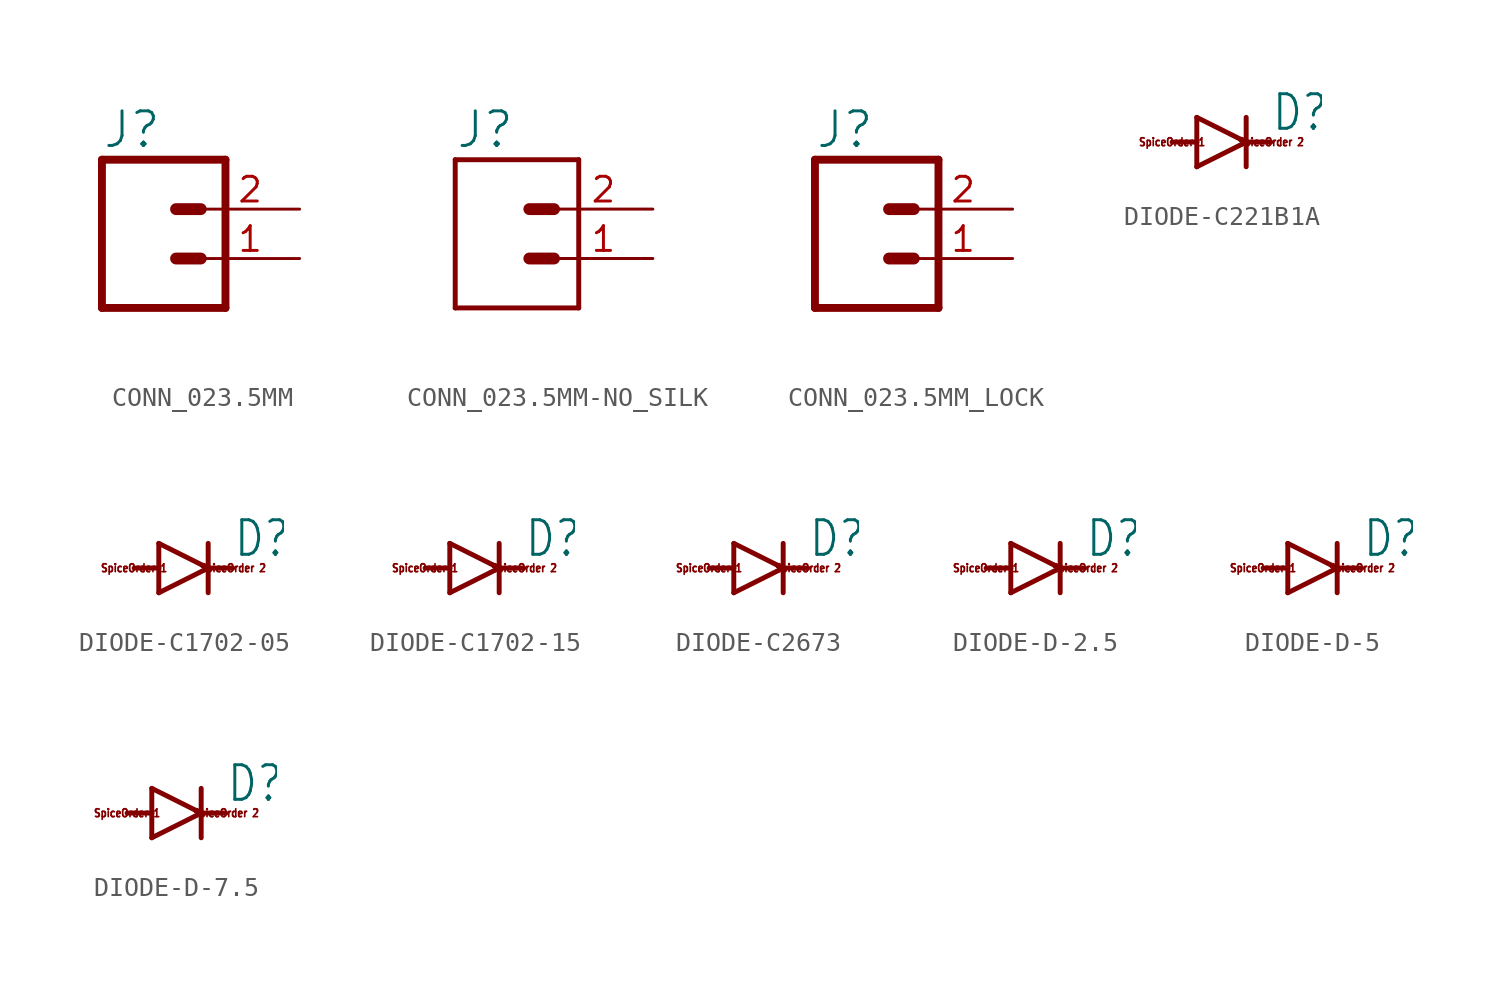
<source format=kicad_sym>
(kicad_symbol_lib
  (version 20220914)
  (generator kicad_symbol_editor)
  (symbol "CONN_023.5MM"
    (property "Reference" "J"
      (at -2.54 5.588 0)
      (effects (font (size 1.778 1.778)) (justify left bottom)))
    (property "Value" ""
      (at -2.54 -4.826 0)
      (effects (font (size 1.778 1.778)) (justify left bottom)))
    (property "ki_locked" ""
      (at 0 0 0)
      (effects (font (size 1.27 1.27))))
    (symbol "CONN_023.5MM_1_0"
      (polyline (pts (xy -2.54 5.08) (xy -2.54 -2.54)) (stroke (width 0.406) (type solid)) (fill (type none)))
      (polyline (pts (xy -2.54 5.08) (xy 3.81 5.08)) (stroke (width 0.406) (type solid)) (fill (type none)))
      (polyline (pts (xy 1.27 0) (xy 2.54 0)) (stroke (width 0.61) (type solid)) (fill (type none)))
      (polyline (pts (xy 1.27 2.54) (xy 2.54 2.54)) (stroke (width 0.61) (type solid)) (fill (type none)))
      (polyline (pts (xy 3.81 -2.54) (xy -2.54 -2.54)) (stroke (width 0.406) (type solid)) (fill (type none)))
      (polyline (pts (xy 3.81 -2.54) (xy 3.81 5.08)) (stroke (width 0.406) (type solid)) (fill (type none)))
      (pin passive line (at 7.62 0 180) (length 5.08) (name "1" (effects (font (size 0 0)))) (number "1" (effects (font (size 1.27 1.27)))))
      (pin passive line (at 7.62 2.54 180) (length 5.08) (name "2" (effects (font (size 0 0)))) (number "2" (effects (font (size 1.27 1.27)))))))
  (symbol "CONN_023.5MM-NO_SILK"
    (property "Reference" "J"
      (at -2.54 5.588 0)
      (effects (font (size 1.778 1.778)) (justify left bottom)))
    (property "Value" ""
      (at -2.54 -4.826 0)
      (effects (font (size 1.778 1.778)) (justify left bottom)))
    (property "ki_locked" ""
      (at 0 0 0)
      (effects (font (size 1.27 1.27))))
    (symbol "CONN_023.5MM-NO_SILK_1_0"
      (polyline (pts (xy -2.54 5.08) (xy -2.54 -2.54)) (stroke (width 0.254) (type solid)) (fill (type none)))
      (polyline (pts (xy -2.54 5.08) (xy 3.81 5.08)) (stroke (width 0.254) (type solid)) (fill (type none)))
      (polyline (pts (xy 1.27 0) (xy 2.54 0)) (stroke (width 0.61) (type solid)) (fill (type none)))
      (polyline (pts (xy 1.27 2.54) (xy 2.54 2.54)) (stroke (width 0.61) (type solid)) (fill (type none)))
      (polyline (pts (xy 3.81 -2.54) (xy -2.54 -2.54)) (stroke (width 0.254) (type solid)) (fill (type none)))
      (polyline (pts (xy 3.81 -2.54) (xy 3.81 5.08)) (stroke (width 0.254) (type solid)) (fill (type none)))
      (pin passive line (at 7.62 0 180) (length 5.08) (name "1" (effects (font (size 0 0)))) (number "1" (effects (font (size 1.27 1.27)))))
      (pin passive line (at 7.62 2.54 180) (length 5.08) (name "2" (effects (font (size 0 0)))) (number "2" (effects (font (size 1.27 1.27)))))))
  (symbol "CONN_023.5MM_LOCK"
    (property "Reference" "J"
      (at -2.54 5.588 0)
      (effects (font (size 1.778 1.778)) (justify left bottom)))
    (property "Value" ""
      (at -2.54 -4.826 0)
      (effects (font (size 1.778 1.778)) (justify left bottom)))
    (property "ki_locked" ""
      (at 0 0 0)
      (effects (font (size 1.27 1.27))))
    (symbol "CONN_023.5MM_LOCK_1_0"
      (polyline (pts (xy -2.54 5.08) (xy -2.54 -2.54)) (stroke (width 0.406) (type solid)) (fill (type none)))
      (polyline (pts (xy -2.54 5.08) (xy 3.81 5.08)) (stroke (width 0.406) (type solid)) (fill (type none)))
      (polyline (pts (xy 1.27 0) (xy 2.54 0)) (stroke (width 0.61) (type solid)) (fill (type none)))
      (polyline (pts (xy 1.27 2.54) (xy 2.54 2.54)) (stroke (width 0.61) (type solid)) (fill (type none)))
      (polyline (pts (xy 3.81 -2.54) (xy -2.54 -2.54)) (stroke (width 0.406) (type solid)) (fill (type none)))
      (polyline (pts (xy 3.81 -2.54) (xy 3.81 5.08)) (stroke (width 0.406) (type solid)) (fill (type none)))
      (pin passive line (at 7.62 0 180) (length 5.08) (name "1" (effects (font (size 0 0)))) (number "1" (effects (font (size 1.27 1.27)))))
      (pin passive line (at 7.62 2.54 180) (length 5.08) (name "2" (effects (font (size 0 0)))) (number "2" (effects (font (size 1.27 1.27)))))))
  (symbol "DIODE-C221B1A"
    (property "Reference" "D"
      (at 2.54 0.483 0)
      (effects (font (size 1.778 1.511)) (justify left bottom)))
    (property "Value" ""
      (at 2.54 -2.311 0)
      (effects (font (size 1.778 1.511)) (justify left bottom)))
    (property "ki_locked" ""
      (at 0 0 0)
      (effects (font (size 1.27 1.27))))
    (symbol "DIODE-C221B1A_1_0"
      (polyline (pts (xy -1.27 -1.27) (xy 1.27 0)) (stroke (width 0.254) (type solid)) (fill (type none)))
      (polyline (pts (xy -1.27 0) (xy -2.54 0)) (stroke (width 0.254) (type solid)) (fill (type none)))
      (polyline (pts (xy -1.27 0) (xy -1.27 -1.27)) (stroke (width 0.254) (type solid)) (fill (type none)))
      (polyline (pts (xy -1.27 1.27) (xy -1.27 0)) (stroke (width 0.254) (type solid)) (fill (type none)))
      (polyline (pts (xy 1.27 0) (xy -1.27 1.27)) (stroke (width 0.254) (type solid)) (fill (type none)))
      (polyline (pts (xy 1.27 0) (xy 1.27 -1.27)) (stroke (width 0.254) (type solid)) (fill (type none)))
      (polyline (pts (xy 1.27 1.27) (xy 1.27 0)) (stroke (width 0.254) (type solid)) (fill (type none)))
      (polyline (pts (xy 2.54 0) (xy 1.27 0)) (stroke (width 0.254) (type solid)) (fill (type none)))
      (text "SpiceOrder 1" (at -2.54 0 0) (effects (font (size 0.406 0.345))))
      (text "SpiceOrder 2" (at 2.54 0 0) (effects (font (size 0.406 0.345))))
      (pin passive line (at -2.54 0 0) (length 0) (name "A" (effects (font (size 0 0)))) (number "A" (effects (font (size 0 0)))))
      (pin passive line (at 2.54 0 180) (length 0) (name "C" (effects (font (size 0 0)))) (number "C" (effects (font (size 0 0)))))))
  (symbol "DIODE-C1702-05"
    (property "Reference" "D"
      (at 2.54 0.483 0)
      (effects (font (size 1.778 1.511)) (justify left bottom)))
    (property "Value" ""
      (at 2.54 -2.311 0)
      (effects (font (size 1.778 1.511)) (justify left bottom)))
    (property "ki_locked" ""
      (at 0 0 0)
      (effects (font (size 1.27 1.27))))
    (symbol "DIODE-C1702-05_1_0"
      (polyline (pts (xy -1.27 -1.27) (xy 1.27 0)) (stroke (width 0.254) (type solid)) (fill (type none)))
      (polyline (pts (xy -1.27 0) (xy -2.54 0)) (stroke (width 0.254) (type solid)) (fill (type none)))
      (polyline (pts (xy -1.27 0) (xy -1.27 -1.27)) (stroke (width 0.254) (type solid)) (fill (type none)))
      (polyline (pts (xy -1.27 1.27) (xy -1.27 0)) (stroke (width 0.254) (type solid)) (fill (type none)))
      (polyline (pts (xy 1.27 0) (xy -1.27 1.27)) (stroke (width 0.254) (type solid)) (fill (type none)))
      (polyline (pts (xy 1.27 0) (xy 1.27 -1.27)) (stroke (width 0.254) (type solid)) (fill (type none)))
      (polyline (pts (xy 1.27 1.27) (xy 1.27 0)) (stroke (width 0.254) (type solid)) (fill (type none)))
      (polyline (pts (xy 2.54 0) (xy 1.27 0)) (stroke (width 0.254) (type solid)) (fill (type none)))
      (text "SpiceOrder 1" (at -2.54 0 0) (effects (font (size 0.406 0.345))))
      (text "SpiceOrder 2" (at 2.54 0 0) (effects (font (size 0.406 0.345))))
      (pin passive line (at -2.54 0 0) (length 0) (name "A" (effects (font (size 0 0)))) (number "A" (effects (font (size 0 0)))))
      (pin passive line (at 2.54 0 180) (length 0) (name "C" (effects (font (size 0 0)))) (number "C" (effects (font (size 0 0)))))))
  (symbol "DIODE-C1702-15"
    (property "Reference" "D"
      (at 2.54 0.483 0)
      (effects (font (size 1.778 1.511)) (justify left bottom)))
    (property "Value" ""
      (at 2.54 -2.311 0)
      (effects (font (size 1.778 1.511)) (justify left bottom)))
    (property "ki_locked" ""
      (at 0 0 0)
      (effects (font (size 1.27 1.27))))
    (symbol "DIODE-C1702-15_1_0"
      (polyline (pts (xy -1.27 -1.27) (xy 1.27 0)) (stroke (width 0.254) (type solid)) (fill (type none)))
      (polyline (pts (xy -1.27 0) (xy -2.54 0)) (stroke (width 0.254) (type solid)) (fill (type none)))
      (polyline (pts (xy -1.27 0) (xy -1.27 -1.27)) (stroke (width 0.254) (type solid)) (fill (type none)))
      (polyline (pts (xy -1.27 1.27) (xy -1.27 0)) (stroke (width 0.254) (type solid)) (fill (type none)))
      (polyline (pts (xy 1.27 0) (xy -1.27 1.27)) (stroke (width 0.254) (type solid)) (fill (type none)))
      (polyline (pts (xy 1.27 0) (xy 1.27 -1.27)) (stroke (width 0.254) (type solid)) (fill (type none)))
      (polyline (pts (xy 1.27 1.27) (xy 1.27 0)) (stroke (width 0.254) (type solid)) (fill (type none)))
      (polyline (pts (xy 2.54 0) (xy 1.27 0)) (stroke (width 0.254) (type solid)) (fill (type none)))
      (text "SpiceOrder 1" (at -2.54 0 0) (effects (font (size 0.406 0.345))))
      (text "SpiceOrder 2" (at 2.54 0 0) (effects (font (size 0.406 0.345))))
      (pin passive line (at -2.54 0 0) (length 0) (name "A" (effects (font (size 0 0)))) (number "A" (effects (font (size 0 0)))))
      (pin passive line (at 2.54 0 180) (length 0) (name "C" (effects (font (size 0 0)))) (number "C" (effects (font (size 0 0)))))))
  (symbol "DIODE-C2673"
    (property "Reference" "D"
      (at 2.54 0.483 0)
      (effects (font (size 1.778 1.511)) (justify left bottom)))
    (property "Value" ""
      (at 2.54 -2.311 0)
      (effects (font (size 1.778 1.511)) (justify left bottom)))
    (property "ki_locked" ""
      (at 0 0 0)
      (effects (font (size 1.27 1.27))))
    (symbol "DIODE-C2673_1_0"
      (polyline (pts (xy -1.27 -1.27) (xy 1.27 0)) (stroke (width 0.254) (type solid)) (fill (type none)))
      (polyline (pts (xy -1.27 0) (xy -2.54 0)) (stroke (width 0.254) (type solid)) (fill (type none)))
      (polyline (pts (xy -1.27 0) (xy -1.27 -1.27)) (stroke (width 0.254) (type solid)) (fill (type none)))
      (polyline (pts (xy -1.27 1.27) (xy -1.27 0)) (stroke (width 0.254) (type solid)) (fill (type none)))
      (polyline (pts (xy 1.27 0) (xy -1.27 1.27)) (stroke (width 0.254) (type solid)) (fill (type none)))
      (polyline (pts (xy 1.27 0) (xy 1.27 -1.27)) (stroke (width 0.254) (type solid)) (fill (type none)))
      (polyline (pts (xy 1.27 1.27) (xy 1.27 0)) (stroke (width 0.254) (type solid)) (fill (type none)))
      (polyline (pts (xy 2.54 0) (xy 1.27 0)) (stroke (width 0.254) (type solid)) (fill (type none)))
      (text "SpiceOrder 1" (at -2.54 0 0) (effects (font (size 0.406 0.345))))
      (text "SpiceOrder 2" (at 2.54 0 0) (effects (font (size 0.406 0.345))))
      (pin passive line (at -2.54 0 0) (length 0) (name "A" (effects (font (size 0 0)))) (number "A" (effects (font (size 0 0)))))
      (pin passive line (at 2.54 0 180) (length 0) (name "C" (effects (font (size 0 0)))) (number "C" (effects (font (size 0 0)))))))
  (symbol "DIODE-D-2.5"
    (property "Reference" "D"
      (at 2.54 0.483 0)
      (effects (font (size 1.778 1.511)) (justify left bottom)))
    (property "Value" ""
      (at 2.54 -2.311 0)
      (effects (font (size 1.778 1.511)) (justify left bottom)))
    (property "ki_locked" ""
      (at 0 0 0)
      (effects (font (size 1.27 1.27))))
    (symbol "DIODE-D-2.5_1_0"
      (polyline (pts (xy -1.27 -1.27) (xy 1.27 0)) (stroke (width 0.254) (type solid)) (fill (type none)))
      (polyline (pts (xy -1.27 0) (xy -2.54 0)) (stroke (width 0.254) (type solid)) (fill (type none)))
      (polyline (pts (xy -1.27 0) (xy -1.27 -1.27)) (stroke (width 0.254) (type solid)) (fill (type none)))
      (polyline (pts (xy -1.27 1.27) (xy -1.27 0)) (stroke (width 0.254) (type solid)) (fill (type none)))
      (polyline (pts (xy 1.27 0) (xy -1.27 1.27)) (stroke (width 0.254) (type solid)) (fill (type none)))
      (polyline (pts (xy 1.27 0) (xy 1.27 -1.27)) (stroke (width 0.254) (type solid)) (fill (type none)))
      (polyline (pts (xy 1.27 1.27) (xy 1.27 0)) (stroke (width 0.254) (type solid)) (fill (type none)))
      (polyline (pts (xy 2.54 0) (xy 1.27 0)) (stroke (width 0.254) (type solid)) (fill (type none)))
      (text "SpiceOrder 1" (at -2.54 0 0) (effects (font (size 0.406 0.345))))
      (text "SpiceOrder 2" (at 2.54 0 0) (effects (font (size 0.406 0.345))))
      (pin passive line (at -2.54 0 0) (length 0) (name "A" (effects (font (size 0 0)))) (number "A" (effects (font (size 0 0)))))
      (pin passive line (at 2.54 0 180) (length 0) (name "C" (effects (font (size 0 0)))) (number "C" (effects (font (size 0 0)))))))
  (symbol "DIODE-D-5"
    (property "Reference" "D"
      (at 2.54 0.483 0)
      (effects (font (size 1.778 1.511)) (justify left bottom)))
    (property "Value" ""
      (at 2.54 -2.311 0)
      (effects (font (size 1.778 1.511)) (justify left bottom)))
    (property "ki_locked" ""
      (at 0 0 0)
      (effects (font (size 1.27 1.27))))
    (symbol "DIODE-D-5_1_0"
      (polyline (pts (xy -1.27 -1.27) (xy 1.27 0)) (stroke (width 0.254) (type solid)) (fill (type none)))
      (polyline (pts (xy -1.27 0) (xy -2.54 0)) (stroke (width 0.254) (type solid)) (fill (type none)))
      (polyline (pts (xy -1.27 0) (xy -1.27 -1.27)) (stroke (width 0.254) (type solid)) (fill (type none)))
      (polyline (pts (xy -1.27 1.27) (xy -1.27 0)) (stroke (width 0.254) (type solid)) (fill (type none)))
      (polyline (pts (xy 1.27 0) (xy -1.27 1.27)) (stroke (width 0.254) (type solid)) (fill (type none)))
      (polyline (pts (xy 1.27 0) (xy 1.27 -1.27)) (stroke (width 0.254) (type solid)) (fill (type none)))
      (polyline (pts (xy 1.27 1.27) (xy 1.27 0)) (stroke (width 0.254) (type solid)) (fill (type none)))
      (polyline (pts (xy 2.54 0) (xy 1.27 0)) (stroke (width 0.254) (type solid)) (fill (type none)))
      (text "SpiceOrder 1" (at -2.54 0 0) (effects (font (size 0.406 0.345))))
      (text "SpiceOrder 2" (at 2.54 0 0) (effects (font (size 0.406 0.345))))
      (pin passive line (at -2.54 0 0) (length 0) (name "A" (effects (font (size 0 0)))) (number "A" (effects (font (size 0 0)))))
      (pin passive line (at 2.54 0 180) (length 0) (name "C" (effects (font (size 0 0)))) (number "C" (effects (font (size 0 0)))))))
  (symbol "DIODE-D-7.5"
    (property "Reference" "D"
      (at 2.54 0.483 0)
      (effects (font (size 1.778 1.511)) (justify left bottom)))
    (property "Value" ""
      (at 2.54 -2.311 0)
      (effects (font (size 1.778 1.511)) (justify left bottom)))
    (property "ki_locked" ""
      (at 0 0 0)
      (effects (font (size 1.27 1.27))))
    (symbol "DIODE-D-7.5_1_0"
      (polyline (pts (xy -1.27 -1.27) (xy 1.27 0)) (stroke (width 0.254) (type solid)) (fill (type none)))
      (polyline (pts (xy -1.27 0) (xy -2.54 0)) (stroke (width 0.254) (type solid)) (fill (type none)))
      (polyline (pts (xy -1.27 0) (xy -1.27 -1.27)) (stroke (width 0.254) (type solid)) (fill (type none)))
      (polyline (pts (xy -1.27 1.27) (xy -1.27 0)) (stroke (width 0.254) (type solid)) (fill (type none)))
      (polyline (pts (xy 1.27 0) (xy -1.27 1.27)) (stroke (width 0.254) (type solid)) (fill (type none)))
      (polyline (pts (xy 1.27 0) (xy 1.27 -1.27)) (stroke (width 0.254) (type solid)) (fill (type none)))
      (polyline (pts (xy 1.27 1.27) (xy 1.27 0)) (stroke (width 0.254) (type solid)) (fill (type none)))
      (polyline (pts (xy 2.54 0) (xy 1.27 0)) (stroke (width 0.254) (type solid)) (fill (type none)))
      (text "SpiceOrder 1" (at -2.54 0 0) (effects (font (size 0.406 0.345))))
      (text "SpiceOrder 2" (at 2.54 0 0) (effects (font (size 0.406 0.345))))
      (pin passive line (at -2.54 0 0) (length 0) (name "A" (effects (font (size 0 0)))) (number "A" (effects (font (size 0 0)))))
      (pin passive line (at 2.54 0 180) (length 0) (name "C" (effects (font (size 0 0)))) (number "C" (effects (font (size 0 0))))))))
</source>
